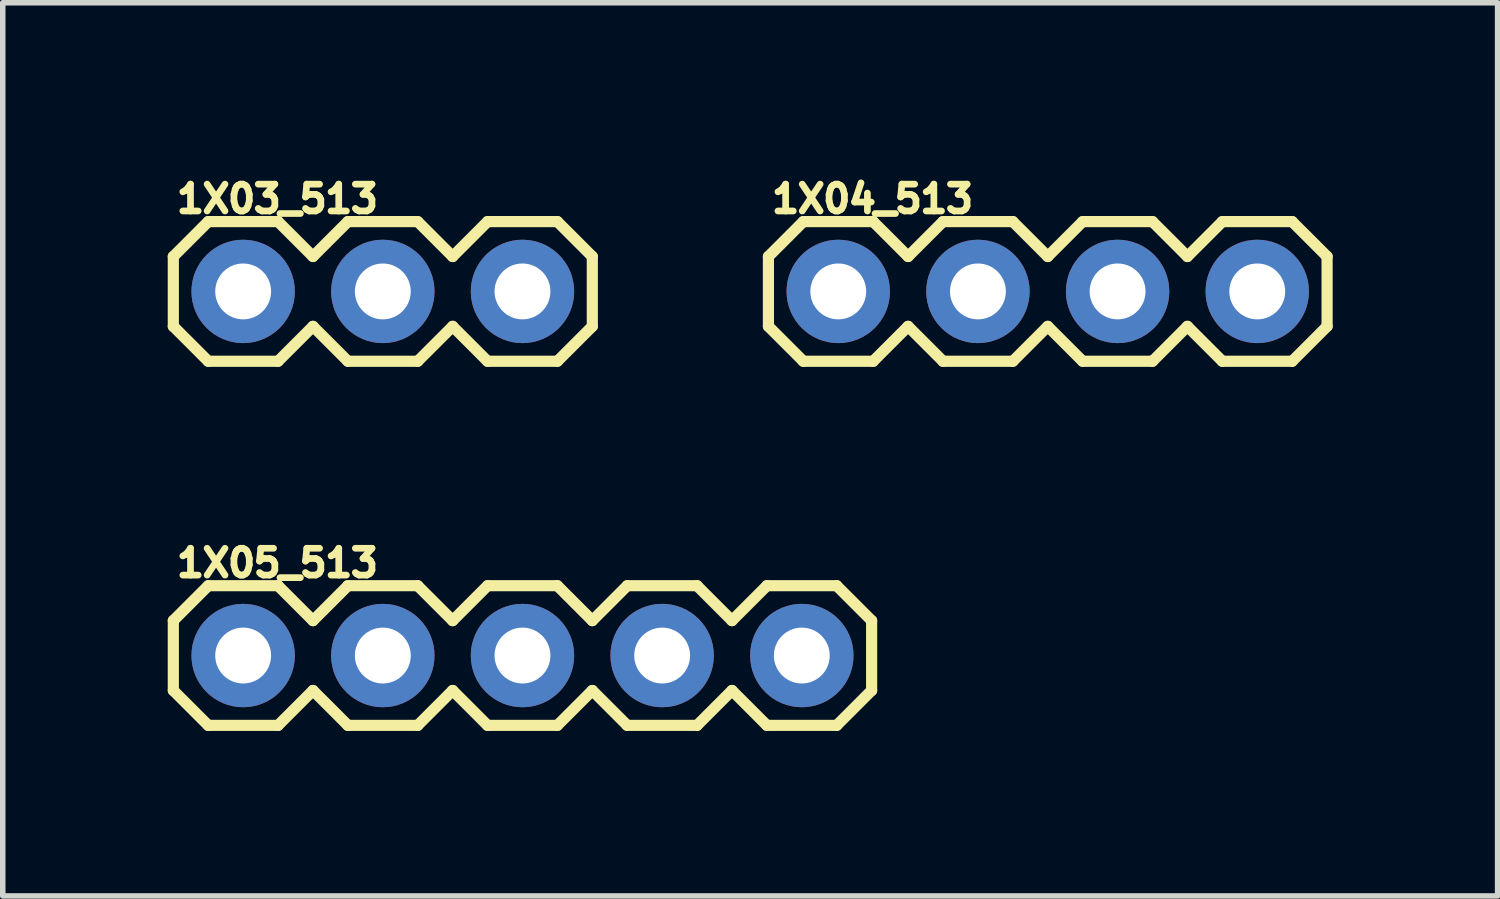
<source format=kicad_pcb>
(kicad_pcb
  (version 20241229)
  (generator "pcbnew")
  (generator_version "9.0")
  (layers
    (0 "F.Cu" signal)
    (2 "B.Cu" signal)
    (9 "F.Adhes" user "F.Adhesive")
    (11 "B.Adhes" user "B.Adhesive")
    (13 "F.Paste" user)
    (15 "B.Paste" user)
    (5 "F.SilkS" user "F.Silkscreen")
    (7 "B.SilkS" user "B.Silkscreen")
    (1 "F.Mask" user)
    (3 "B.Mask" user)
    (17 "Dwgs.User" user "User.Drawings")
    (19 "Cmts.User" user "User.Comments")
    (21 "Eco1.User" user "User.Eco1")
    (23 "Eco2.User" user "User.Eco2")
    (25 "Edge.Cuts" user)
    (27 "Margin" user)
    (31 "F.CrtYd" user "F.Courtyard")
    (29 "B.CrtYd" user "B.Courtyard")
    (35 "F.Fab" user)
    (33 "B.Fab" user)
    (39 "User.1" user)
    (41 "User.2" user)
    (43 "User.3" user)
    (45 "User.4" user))
  (footprint "1X03_513"
    (layer "F.Cu")
    (at 1.372 2.25)
    (property "Reference" "1X03_513" (at -1.27 -1.397 0) (layer "F.SilkS") (effects (font (size 0.488 0.488) (thickness 0.122)) (justify left bottom)))
    (fp_line (start -1.27 -0.635) (end -1.27 0.635) (stroke (width 0.203) (type solid)) (layer "F.SilkS"))
    (fp_line (start -1.27 0.635) (end -0.635 1.27) (stroke (width 0.203) (type solid)) (layer "F.SilkS"))
    (fp_line (start -0.635 -1.27) (end -1.27 -0.635) (stroke (width 0.203) (type solid)) (layer "F.SilkS"))
    (fp_line (start -0.635 -1.27) (end 0.635 -1.27) (stroke (width 0.203) (type solid)) (layer "F.SilkS"))
    (fp_line (start 0.635 -1.27) (end 1.27 -0.635) (stroke (width 0.203) (type solid)) (layer "F.SilkS"))
    (fp_line (start 0.635 1.27) (end -0.635 1.27) (stroke (width 0.203) (type solid)) (layer "F.SilkS"))
    (fp_line (start 1.27 -0.635) (end 1.905 -1.27) (stroke (width 0.203) (type solid)) (layer "F.SilkS"))
    (fp_line (start 1.27 0.635) (end 0.635 1.27) (stroke (width 0.203) (type solid)) (layer "F.SilkS"))
    (fp_line (start 1.905 -1.27) (end 3.175 -1.27) (stroke (width 0.203) (type solid)) (layer "F.SilkS"))
    (fp_line (start 1.905 1.27) (end 1.27 0.635) (stroke (width 0.203) (type solid)) (layer "F.SilkS"))
    (fp_line (start 3.175 -1.27) (end 3.81 -0.635) (stroke (width 0.203) (type solid)) (layer "F.SilkS"))
    (fp_line (start 3.175 1.27) (end 1.905 1.27) (stroke (width 0.203) (type solid)) (layer "F.SilkS"))
    (fp_line (start 3.81 -0.635) (end 4.445 -1.27) (stroke (width 0.203) (type solid)) (layer "F.SilkS"))
    (fp_line (start 3.81 0.635) (end 3.175 1.27) (stroke (width 0.203) (type solid)) (layer "F.SilkS"))
    (fp_line (start 4.445 -1.27) (end 5.715 -1.27) (stroke (width 0.203) (type solid)) (layer "F.SilkS"))
    (fp_line (start 4.445 1.27) (end 3.81 0.635) (stroke (width 0.203) (type solid)) (layer "F.SilkS"))
    (fp_line (start 5.715 -1.27) (end 6.35 -0.635) (stroke (width 0.203) (type solid)) (layer "F.SilkS"))
    (fp_line (start 5.715 1.27) (end 4.445 1.27) (stroke (width 0.203) (type solid)) (layer "F.SilkS"))
    (fp_line (start 6.35 -0.635) (end 6.35 0.635) (stroke (width 0.203) (type solid)) (layer "F.SilkS"))
    (fp_line (start 6.35 0.635) (end 5.715 1.27) (stroke (width 0.203) (type solid)) (layer "F.SilkS"))
    (fp_poly (pts (xy -0.254 0.254) (xy 0.254 0.254) (xy 0.254 -0.254) (xy -0.254 -0.254)) (stroke (width 0.1) (type default)) (fill no) (layer "F.Fab"))
    (fp_poly (pts (xy 2.286 0.254) (xy 2.794 0.254) (xy 2.794 -0.254) (xy 2.286 -0.254)) (stroke (width 0.1) (type default)) (fill no) (layer "F.Fab"))
    (fp_poly (pts (xy 4.826 0.254) (xy 5.334 0.254) (xy 5.334 -0.254) (xy 4.826 -0.254)) (stroke (width 0.1) (type default)) (fill no) (layer "F.Fab"))
    (pad "1" thru_hole circle (at 0 0 90) (size 1.88 1.88) (drill 1.016) (layers "*.Cu" "*.Mask"))
    (pad "2" thru_hole circle (at 2.54 0 90) (size 1.88 1.88) (drill 1.016) (layers "*.Cu" "*.Mask"))
    (pad "3" thru_hole circle (at 5.08 0 90) (size 1.88 1.88) (drill 1.016) (layers "*.Cu" "*.Mask")))
  (footprint "1X05_513"
    (layer "F.Cu")
    (at 1.372 8.872)
    (property "Reference" "1X05_513" (at -1.27 -1.397 0) (layer "F.SilkS") (effects (font (size 0.488 0.488) (thickness 0.122)) (justify left bottom)))
    (fp_line (start -1.27 -0.635) (end -1.27 0.635) (stroke (width 0.203) (type solid)) (layer "F.SilkS"))
    (fp_line (start -1.27 0.635) (end -0.635 1.27) (stroke (width 0.203) (type solid)) (layer "F.SilkS"))
    (fp_line (start -0.635 -1.27) (end -1.27 -0.635) (stroke (width 0.203) (type solid)) (layer "F.SilkS"))
    (fp_line (start -0.635 -1.27) (end 0.635 -1.27) (stroke (width 0.203) (type solid)) (layer "F.SilkS"))
    (fp_line (start 0.635 -1.27) (end 1.27 -0.635) (stroke (width 0.203) (type solid)) (layer "F.SilkS"))
    (fp_line (start 0.635 1.27) (end -0.635 1.27) (stroke (width 0.203) (type solid)) (layer "F.SilkS"))
    (fp_line (start 1.27 -0.635) (end 1.905 -1.27) (stroke (width 0.203) (type solid)) (layer "F.SilkS"))
    (fp_line (start 1.27 0.635) (end 0.635 1.27) (stroke (width 0.203) (type solid)) (layer "F.SilkS"))
    (fp_line (start 1.905 -1.27) (end 3.175 -1.27) (stroke (width 0.203) (type solid)) (layer "F.SilkS"))
    (fp_line (start 1.905 1.27) (end 1.27 0.635) (stroke (width 0.203) (type solid)) (layer "F.SilkS"))
    (fp_line (start 3.175 -1.27) (end 3.81 -0.635) (stroke (width 0.203) (type solid)) (layer "F.SilkS"))
    (fp_line (start 3.175 1.27) (end 1.905 1.27) (stroke (width 0.203) (type solid)) (layer "F.SilkS"))
    (fp_line (start 3.81 -0.635) (end 4.445 -1.27) (stroke (width 0.203) (type solid)) (layer "F.SilkS"))
    (fp_line (start 3.81 0.635) (end 3.175 1.27) (stroke (width 0.203) (type solid)) (layer "F.SilkS"))
    (fp_line (start 4.445 -1.27) (end 5.715 -1.27) (stroke (width 0.203) (type solid)) (layer "F.SilkS"))
    (fp_line (start 4.445 1.27) (end 3.81 0.635) (stroke (width 0.203) (type solid)) (layer "F.SilkS"))
    (fp_line (start 5.715 -1.27) (end 6.35 -0.635) (stroke (width 0.203) (type solid)) (layer "F.SilkS"))
    (fp_line (start 5.715 1.27) (end 4.445 1.27) (stroke (width 0.203) (type solid)) (layer "F.SilkS"))
    (fp_line (start 6.35 0.635) (end 5.715 1.27) (stroke (width 0.203) (type solid)) (layer "F.SilkS"))
    (fp_line (start 6.35 0.635) (end 6.985 1.27) (stroke (width 0.203) (type solid)) (layer "F.SilkS"))
    (fp_line (start 6.985 -1.27) (end 6.35 -0.635) (stroke (width 0.203) (type solid)) (layer "F.SilkS"))
    (fp_line (start 6.985 -1.27) (end 8.255 -1.27) (stroke (width 0.203) (type solid)) (layer "F.SilkS"))
    (fp_line (start 8.255 -1.27) (end 8.89 -0.635) (stroke (width 0.203) (type solid)) (layer "F.SilkS"))
    (fp_line (start 8.255 1.27) (end 6.985 1.27) (stroke (width 0.203) (type solid)) (layer "F.SilkS"))
    (fp_line (start 8.89 -0.635) (end 9.525 -1.27) (stroke (width 0.203) (type solid)) (layer "F.SilkS"))
    (fp_line (start 8.89 0.635) (end 8.255 1.27) (stroke (width 0.203) (type solid)) (layer "F.SilkS"))
    (fp_line (start 9.525 -1.27) (end 10.795 -1.27) (stroke (width 0.203) (type solid)) (layer "F.SilkS"))
    (fp_line (start 9.525 1.27) (end 8.89 0.635) (stroke (width 0.203) (type solid)) (layer "F.SilkS"))
    (fp_line (start 10.795 -1.27) (end 11.43 -0.635) (stroke (width 0.203) (type solid)) (layer "F.SilkS"))
    (fp_line (start 10.795 1.27) (end 9.525 1.27) (stroke (width 0.203) (type solid)) (layer "F.SilkS"))
    (fp_line (start 11.43 -0.635) (end 11.43 0.635) (stroke (width 0.203) (type solid)) (layer "F.SilkS"))
    (fp_line (start 11.43 0.635) (end 10.795 1.27) (stroke (width 0.203) (type solid)) (layer "F.SilkS"))
    (fp_poly (pts (xy -0.254 0.254) (xy 0.254 0.254) (xy 0.254 -0.254) (xy -0.254 -0.254)) (stroke (width 0.1) (type default)) (fill no) (layer "F.Fab"))
    (fp_poly (pts (xy 2.286 0.254) (xy 2.794 0.254) (xy 2.794 -0.254) (xy 2.286 -0.254)) (stroke (width 0.1) (type default)) (fill no) (layer "F.Fab"))
    (fp_poly (pts (xy 4.826 0.254) (xy 5.334 0.254) (xy 5.334 -0.254) (xy 4.826 -0.254)) (stroke (width 0.1) (type default)) (fill no) (layer "F.Fab"))
    (fp_poly (pts (xy 7.366 0.254) (xy 7.874 0.254) (xy 7.874 -0.254) (xy 7.366 -0.254)) (stroke (width 0.1) (type default)) (fill no) (layer "F.Fab"))
    (fp_poly (pts (xy 9.906 0.254) (xy 10.414 0.254) (xy 10.414 -0.254) (xy 9.906 -0.254)) (stroke (width 0.1) (type default)) (fill no) (layer "F.Fab"))
    (pad "1" thru_hole circle (at 0 0 90) (size 1.88 1.88) (drill 1.016) (layers "*.Cu" "*.Mask"))
    (pad "2" thru_hole circle (at 2.54 0 90) (size 1.88 1.88) (drill 1.016) (layers "*.Cu" "*.Mask"))
    (pad "3" thru_hole circle (at 5.08 0 90) (size 1.88 1.88) (drill 1.016) (layers "*.Cu" "*.Mask"))
    (pad "4" thru_hole circle (at 7.62 0 90) (size 1.88 1.88) (drill 1.016) (layers "*.Cu" "*.Mask"))
    (pad "5" thru_hole circle (at 10.16 0 90) (size 1.88 1.88) (drill 1.016) (layers "*.Cu" "*.Mask")))
  (footprint "1X04_513"
    (layer "F.Cu")
    (at 12.195 2.25)
    (property "Reference" "1X04_513" (at -1.27 -1.397 0) (layer "F.SilkS") (effects (font (size 0.488 0.488) (thickness 0.122)) (justify left bottom)))
    (fp_line (start -1.27 -0.635) (end -1.27 0.635) (stroke (width 0.203) (type solid)) (layer "F.SilkS"))
    (fp_line (start -1.27 0.635) (end -0.635 1.27) (stroke (width 0.203) (type solid)) (layer "F.SilkS"))
    (fp_line (start -0.635 -1.27) (end -1.27 -0.635) (stroke (width 0.203) (type solid)) (layer "F.SilkS"))
    (fp_line (start -0.635 -1.27) (end 0.635 -1.27) (stroke (width 0.203) (type solid)) (layer "F.SilkS"))
    (fp_line (start 0.635 -1.27) (end 1.27 -0.635) (stroke (width 0.203) (type solid)) (layer "F.SilkS"))
    (fp_line (start 0.635 1.27) (end -0.635 1.27) (stroke (width 0.203) (type solid)) (layer "F.SilkS"))
    (fp_line (start 1.27 -0.635) (end 1.905 -1.27) (stroke (width 0.203) (type solid)) (layer "F.SilkS"))
    (fp_line (start 1.27 0.635) (end 0.635 1.27) (stroke (width 0.203) (type solid)) (layer "F.SilkS"))
    (fp_line (start 1.905 -1.27) (end 3.175 -1.27) (stroke (width 0.203) (type solid)) (layer "F.SilkS"))
    (fp_line (start 1.905 1.27) (end 1.27 0.635) (stroke (width 0.203) (type solid)) (layer "F.SilkS"))
    (fp_line (start 3.175 -1.27) (end 3.81 -0.635) (stroke (width 0.203) (type solid)) (layer "F.SilkS"))
    (fp_line (start 3.175 1.27) (end 1.905 1.27) (stroke (width 0.203) (type solid)) (layer "F.SilkS"))
    (fp_line (start 3.81 -0.635) (end 4.445 -1.27) (stroke (width 0.203) (type solid)) (layer "F.SilkS"))
    (fp_line (start 3.81 0.635) (end 3.175 1.27) (stroke (width 0.203) (type solid)) (layer "F.SilkS"))
    (fp_line (start 4.445 -1.27) (end 5.715 -1.27) (stroke (width 0.203) (type solid)) (layer "F.SilkS"))
    (fp_line (start 4.445 1.27) (end 3.81 0.635) (stroke (width 0.203) (type solid)) (layer "F.SilkS"))
    (fp_line (start 5.715 -1.27) (end 6.35 -0.635) (stroke (width 0.203) (type solid)) (layer "F.SilkS"))
    (fp_line (start 5.715 1.27) (end 4.445 1.27) (stroke (width 0.203) (type solid)) (layer "F.SilkS"))
    (fp_line (start 6.35 0.635) (end 5.715 1.27) (stroke (width 0.203) (type solid)) (layer "F.SilkS"))
    (fp_line (start 6.35 0.635) (end 6.985 1.27) (stroke (width 0.203) (type solid)) (layer "F.SilkS"))
    (fp_line (start 6.985 -1.27) (end 6.35 -0.635) (stroke (width 0.203) (type solid)) (layer "F.SilkS"))
    (fp_line (start 6.985 -1.27) (end 8.255 -1.27) (stroke (width 0.203) (type solid)) (layer "F.SilkS"))
    (fp_line (start 8.255 -1.27) (end 8.89 -0.635) (stroke (width 0.203) (type solid)) (layer "F.SilkS"))
    (fp_line (start 8.255 1.27) (end 6.985 1.27) (stroke (width 0.203) (type solid)) (layer "F.SilkS"))
    (fp_line (start 8.89 -0.635) (end 8.89 0.635) (stroke (width 0.203) (type solid)) (layer "F.SilkS"))
    (fp_line (start 8.89 0.635) (end 8.255 1.27) (stroke (width 0.203) (type solid)) (layer "F.SilkS"))
    (fp_poly (pts (xy -0.254 0.254) (xy 0.254 0.254) (xy 0.254 -0.254) (xy -0.254 -0.254)) (stroke (width 0.1) (type default)) (fill no) (layer "F.Fab"))
    (fp_poly (pts (xy 2.286 0.254) (xy 2.794 0.254) (xy 2.794 -0.254) (xy 2.286 -0.254)) (stroke (width 0.1) (type default)) (fill no) (layer "F.Fab"))
    (fp_poly (pts (xy 4.826 0.254) (xy 5.334 0.254) (xy 5.334 -0.254) (xy 4.826 -0.254)) (stroke (width 0.1) (type default)) (fill no) (layer "F.Fab"))
    (fp_poly (pts (xy 7.366 0.254) (xy 7.874 0.254) (xy 7.874 -0.254) (xy 7.366 -0.254)) (stroke (width 0.1) (type default)) (fill no) (layer "F.Fab"))
    (pad "1" thru_hole circle (at 0 0 90) (size 1.88 1.88) (drill 1.016) (layers "*.Cu" "*.Mask"))
    (pad "2" thru_hole circle (at 2.54 0 90) (size 1.88 1.88) (drill 1.016) (layers "*.Cu" "*.Mask"))
    (pad "3" thru_hole circle (at 5.08 0 90) (size 1.88 1.88) (drill 1.016) (layers "*.Cu" "*.Mask"))
    (pad "4" thru_hole circle (at 7.62 0 90) (size 1.88 1.88) (drill 1.016) (layers "*.Cu" "*.Mask")))
  (gr_rect
    (start -3 -3)
    (end 24.186 13.244)
    (stroke (width 0.1) (type default))
    (fill no)
    (layer "Edge.Cuts")))
</source>
